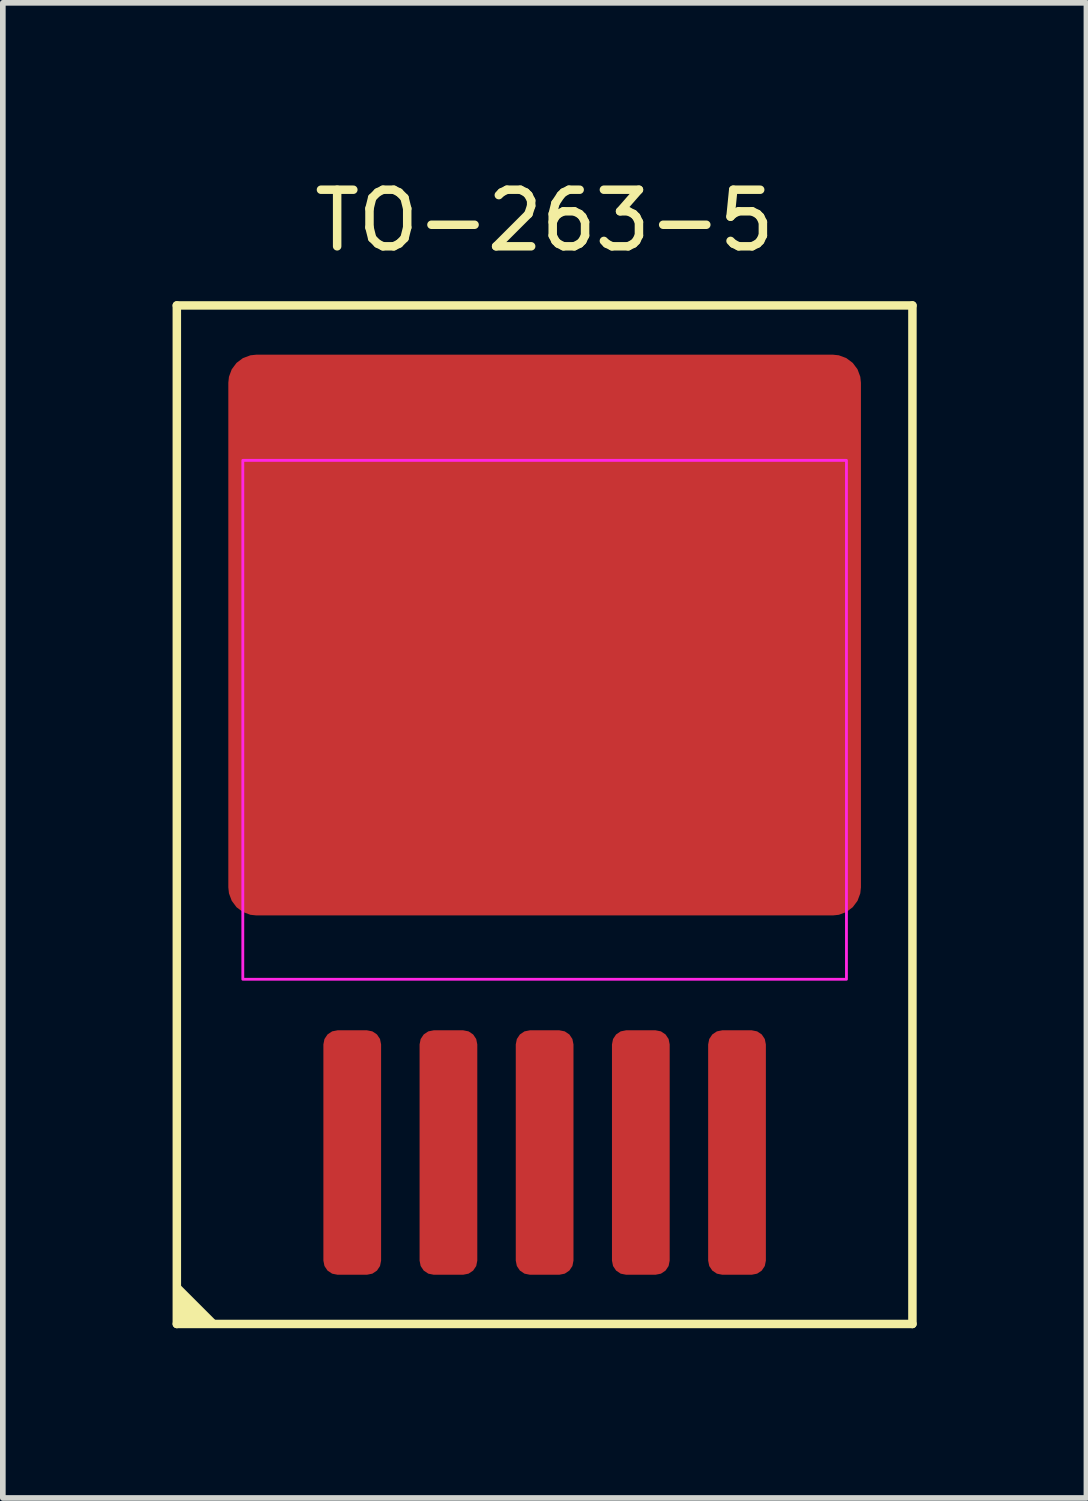
<source format=kicad_pcb>
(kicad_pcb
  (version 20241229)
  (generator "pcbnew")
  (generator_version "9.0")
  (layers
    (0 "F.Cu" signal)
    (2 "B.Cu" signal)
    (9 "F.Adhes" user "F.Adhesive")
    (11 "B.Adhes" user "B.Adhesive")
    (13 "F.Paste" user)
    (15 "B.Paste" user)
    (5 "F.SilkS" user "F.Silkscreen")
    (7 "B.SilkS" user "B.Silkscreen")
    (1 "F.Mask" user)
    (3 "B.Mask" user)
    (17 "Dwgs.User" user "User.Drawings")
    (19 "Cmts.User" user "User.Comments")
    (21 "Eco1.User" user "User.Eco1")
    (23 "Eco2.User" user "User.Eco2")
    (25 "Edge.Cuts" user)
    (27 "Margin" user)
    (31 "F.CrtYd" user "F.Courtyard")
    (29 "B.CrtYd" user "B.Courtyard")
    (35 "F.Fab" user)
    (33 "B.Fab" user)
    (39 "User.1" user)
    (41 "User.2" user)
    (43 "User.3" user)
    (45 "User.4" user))
  (footprint "TO-263-5"
    (layer "F.Cu")
    (at 6.575 11.348)
    (property "Reference" "TO-263-5" (at 0 -10.5 0) (layer "F.SilkS") (effects (font (size 1 1) (thickness 0.15))))
    (fp_line (start -6.5 -9) (end 6.5 -9) (stroke (width 0.15) (type solid)) (layer "F.SilkS"))
    (fp_line (start -6.5 9) (end -6.5 -9) (stroke (width 0.15) (type solid)) (layer "F.SilkS"))
    (fp_line (start -6.5 9) (end 6.5 9) (stroke (width 0.15) (type solid)) (layer "F.SilkS"))
    (fp_line (start 6.5 -9) (end 6.5 9) (stroke (width 0.15) (type solid)) (layer "F.SilkS"))
    (fp_poly (pts (xy -6.5 9) (xy -5.75 9) (xy -6.5 8.25)) (stroke (width 0) (type default)) (fill yes) (layer "F.SilkS"))
    (fp_rect (start -5.334 -6.262) (end 5.334 2.908) (stroke (width 0.05) (type default)) (fill no) (layer "F.CrtYd"))
    (pad "1" smd roundrect (at -3.4 5.97) (size 1.02 4.32) (layers "F.Cu" "F.Mask" "F.Paste") (roundrect_rratio 0.245))
    (pad "2" smd roundrect (at -1.7 5.97) (size 1.02 4.32) (layers "F.Cu" "F.Mask" "F.Paste") (roundrect_rratio 0.245))
    (pad "3" smd roundrect (at 0 5.97) (size 1.02 4.32) (layers "F.Cu" "F.Mask" "F.Paste") (roundrect_rratio 0.245))
    (pad "4" smd roundrect (at 1.7 5.97) (size 1.02 4.32) (layers "F.Cu" "F.Mask" "F.Paste") (roundrect_rratio 0.245))
    (pad "5" smd roundrect (at 3.4 5.97) (size 1.02 4.32) (layers "F.Cu" "F.Mask" "F.Paste") (roundrect_rratio 0.245))
    (pad "6" smd roundrect (at 0 -3.175) (size 11.18 9.91) (layers "F.Cu" "F.Mask" "F.Paste") (roundrect_rratio 0.05)))
  (gr_rect
    (start -3 -3)
    (end 16.15 23.423)
    (stroke (width 0.1) (type default))
    (fill no)
    (layer "Edge.Cuts")))
</source>
